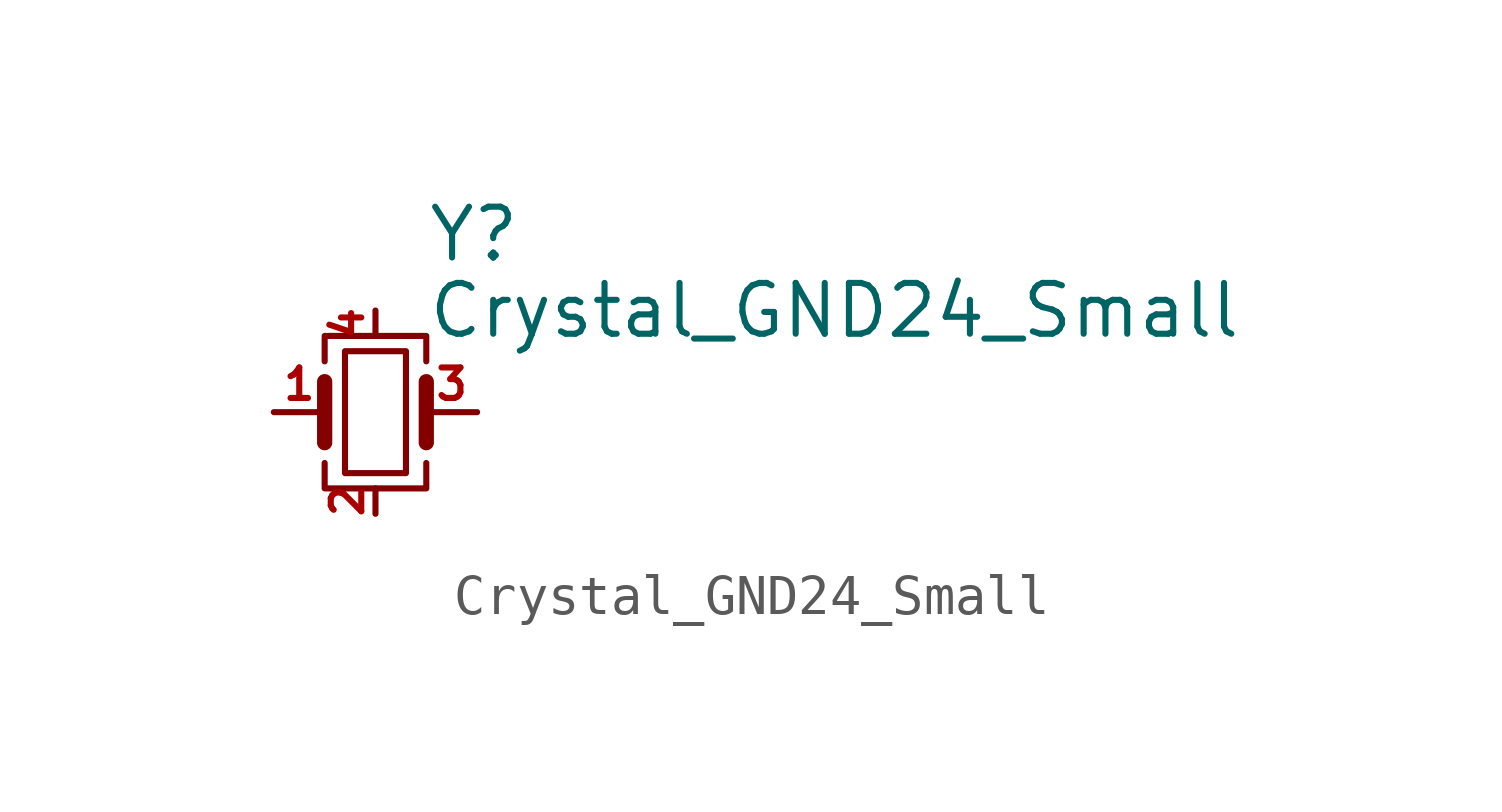
<source format=kicad_sym>
(kicad_symbol_lib
  (version 20211014)
  (generator kicad_symbol_editor)
  (symbol "Crystal_GND24_Small"
    (pin_names
      (offset 1.016) hide)
    (property "Reference" "Y"
      (at 1.27 4.445 0)
      (effects (font (size 1.27 1.27)) (justify left)))
    (property "Value" "Crystal_GND24_Small"
      (at 1.27 2.54 0)
      (effects (font (size 1.27 1.27)) (justify left)))
    (symbol "Crystal_GND24_Small_0_1"
      (rectangle (start -0.762 -1.524) (end 0.762 1.524) (stroke (width 0) (type default) (color 0 0 0 0)) (fill (type none)))
      (polyline (pts (xy -1.27 -0.762) (xy -1.27 0.762)) (stroke (width 0.381) (type default) (color 0 0 0 0)) (fill (type none)))
      (polyline (pts (xy 1.27 -0.762) (xy 1.27 0.762)) (stroke (width 0.381) (type default) (color 0 0 0 0)) (fill (type none)))
      (polyline (pts (xy -1.27 -1.27) (xy -1.27 -1.905) (xy 1.27 -1.905) (xy 1.27 -1.27)) (stroke (width 0) (type default) (color 0 0 0 0)) (fill (type none)))
      (polyline (pts (xy -1.27 1.27) (xy -1.27 1.905) (xy 1.27 1.905) (xy 1.27 1.27)) (stroke (width 0) (type default) (color 0 0 0 0)) (fill (type none))))
    (symbol "Crystal_GND24_Small_1_1"
      (pin passive line (at -2.54 0 0) (length 1.27) (name "1" (effects (font (size 1.27 1.27)))) (number "1" (effects (font (size 0.762 0.762)))))
      (pin passive line (at 0 -2.54 90) (length 0.635) (name "2" (effects (font (size 1.27 1.27)))) (number "2" (effects (font (size 0.762 0.762)))))
      (pin passive line (at 2.54 0 180) (length 1.27) (name "3" (effects (font (size 1.27 1.27)))) (number "3" (effects (font (size 0.762 0.762)))))
      (pin passive line (at 0 2.54 270) (length 0.635) (name "4" (effects (font (size 1.27 1.27)))) (number "4" (effects (font (size 0.762 0.762))))))))
</source>
